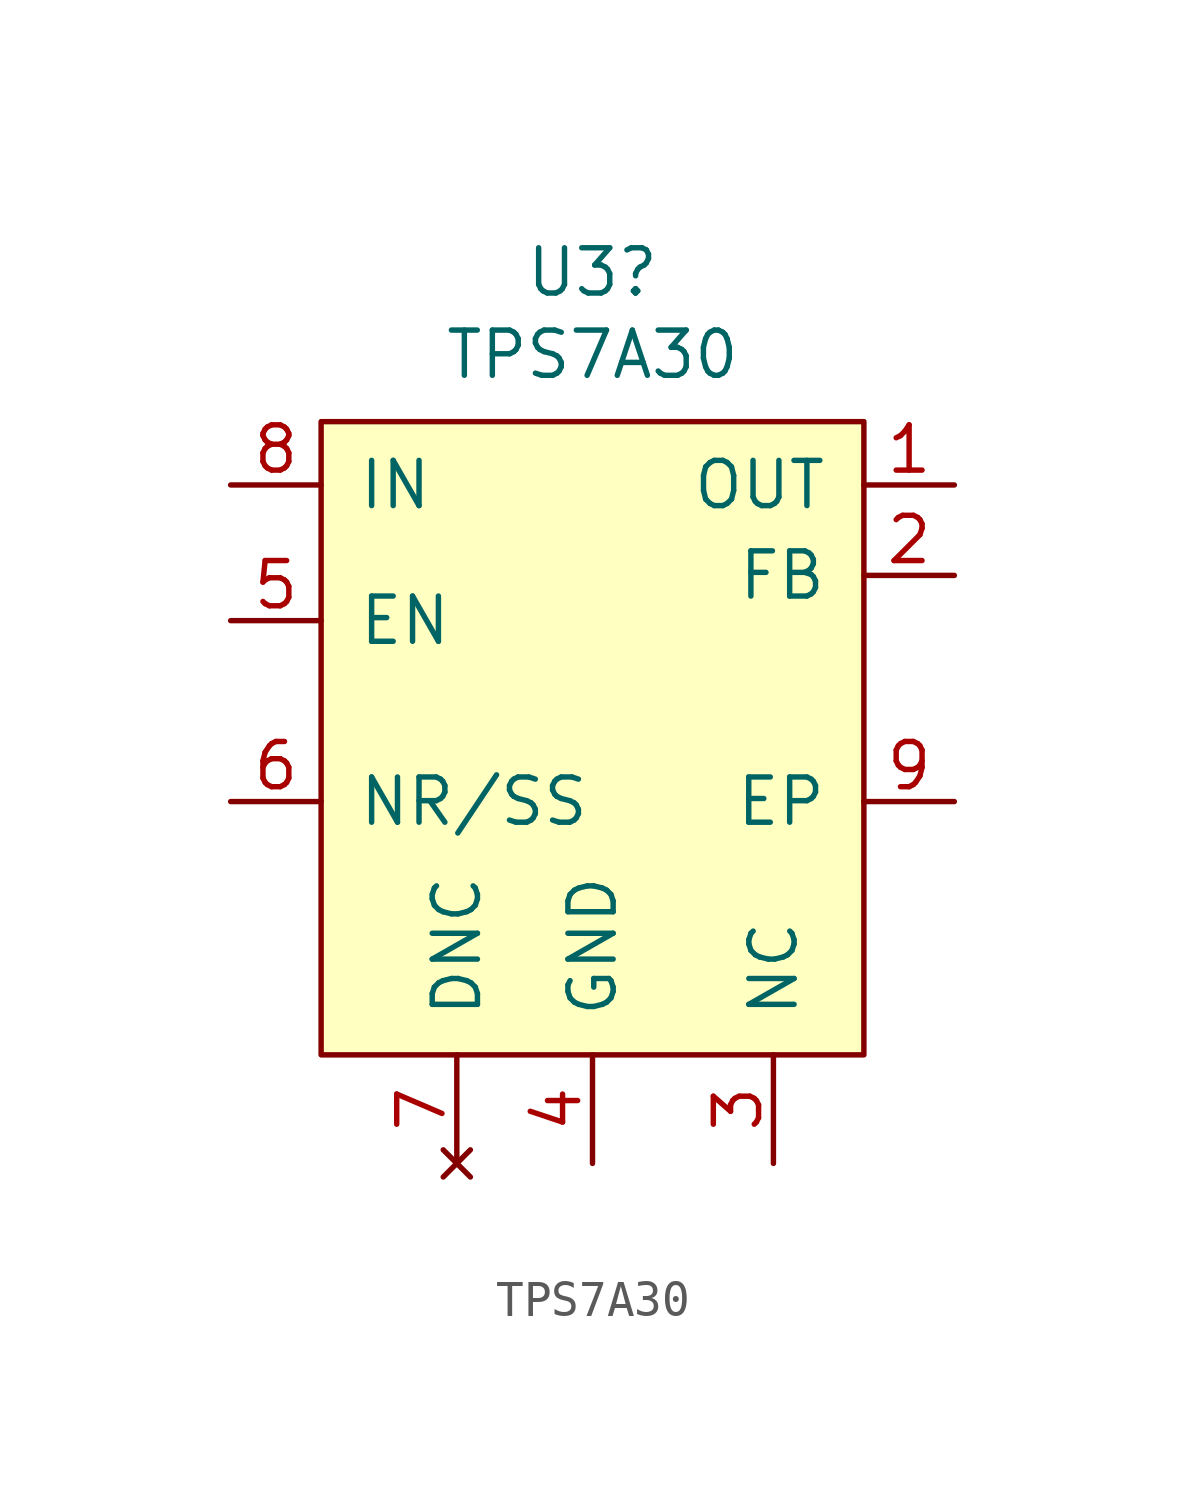
<source format=kicad_sym>
(kicad_symbol_lib
  (version 20211014)
  (generator kicad_symbol_editor)
  (symbol "TPS7A30"
    (pin_names
      (offset 1.016))
    (property "Reference" "U3"
      (at 0 8.509 0)
      (effects (font (size 1.27 1.27))))
    (property "Value" "TPS7A30"
      (at 0 6.198 0)
      (effects (font (size 1.27 1.27))))
    (symbol "TPS7A30_0_1"
      (rectangle (start -7.62 4.318) (end 7.62 -13.462) (stroke (width 0) (type default) (color 0 0 0 0)) (fill (type background))))
    (symbol "TPS7A30_1_1"
      (pin power_out line (at 10.16 2.54 180) (length 2.54) (name "OUT" (effects (font (size 1.27 1.27)))) (number "1" (effects (font (size 1.27 1.27)))))
      (pin input line (at 10.16 0 180) (length 2.54) (name "FB" (effects (font (size 1.27 1.27)))) (number "2" (effects (font (size 1.27 1.27)))))
      (pin passive line (at 5.08 -16.51 90) (length 3.048) (name "NC" (effects (font (size 1.27 1.27)))) (number "3" (effects (font (size 1.27 1.27)))))
      (pin power_in line (at 0 -16.51 90) (length 3.048) (name "GND" (effects (font (size 1.27 1.27)))) (number "4" (effects (font (size 1.27 1.27)))))
      (pin input line (at -10.16 -1.27 0) (length 2.54) (name "EN" (effects (font (size 1.27 1.27)))) (number "5" (effects (font (size 1.27 1.27)))))
      (pin passive line (at -10.16 -6.35 0) (length 2.54) (name "NR/SS" (effects (font (size 1.27 1.27)))) (number "6" (effects (font (size 1.27 1.27)))))
      (pin no_connect line (at -3.81 -16.51 90) (length 3.048) (name "DNC" (effects (font (size 1.27 1.27)))) (number "7" (effects (font (size 1.27 1.27)))))
      (pin power_in line (at -10.16 2.54 0) (length 2.54) (name "IN" (effects (font (size 1.27 1.27)))) (number "8" (effects (font (size 1.27 1.27)))))
      (pin passive line (at 10.16 -6.35 180) (length 2.54) (name "EP" (effects (font (size 1.27 1.27)))) (number "9" (effects (font (size 1.27 1.27))))))))
</source>
